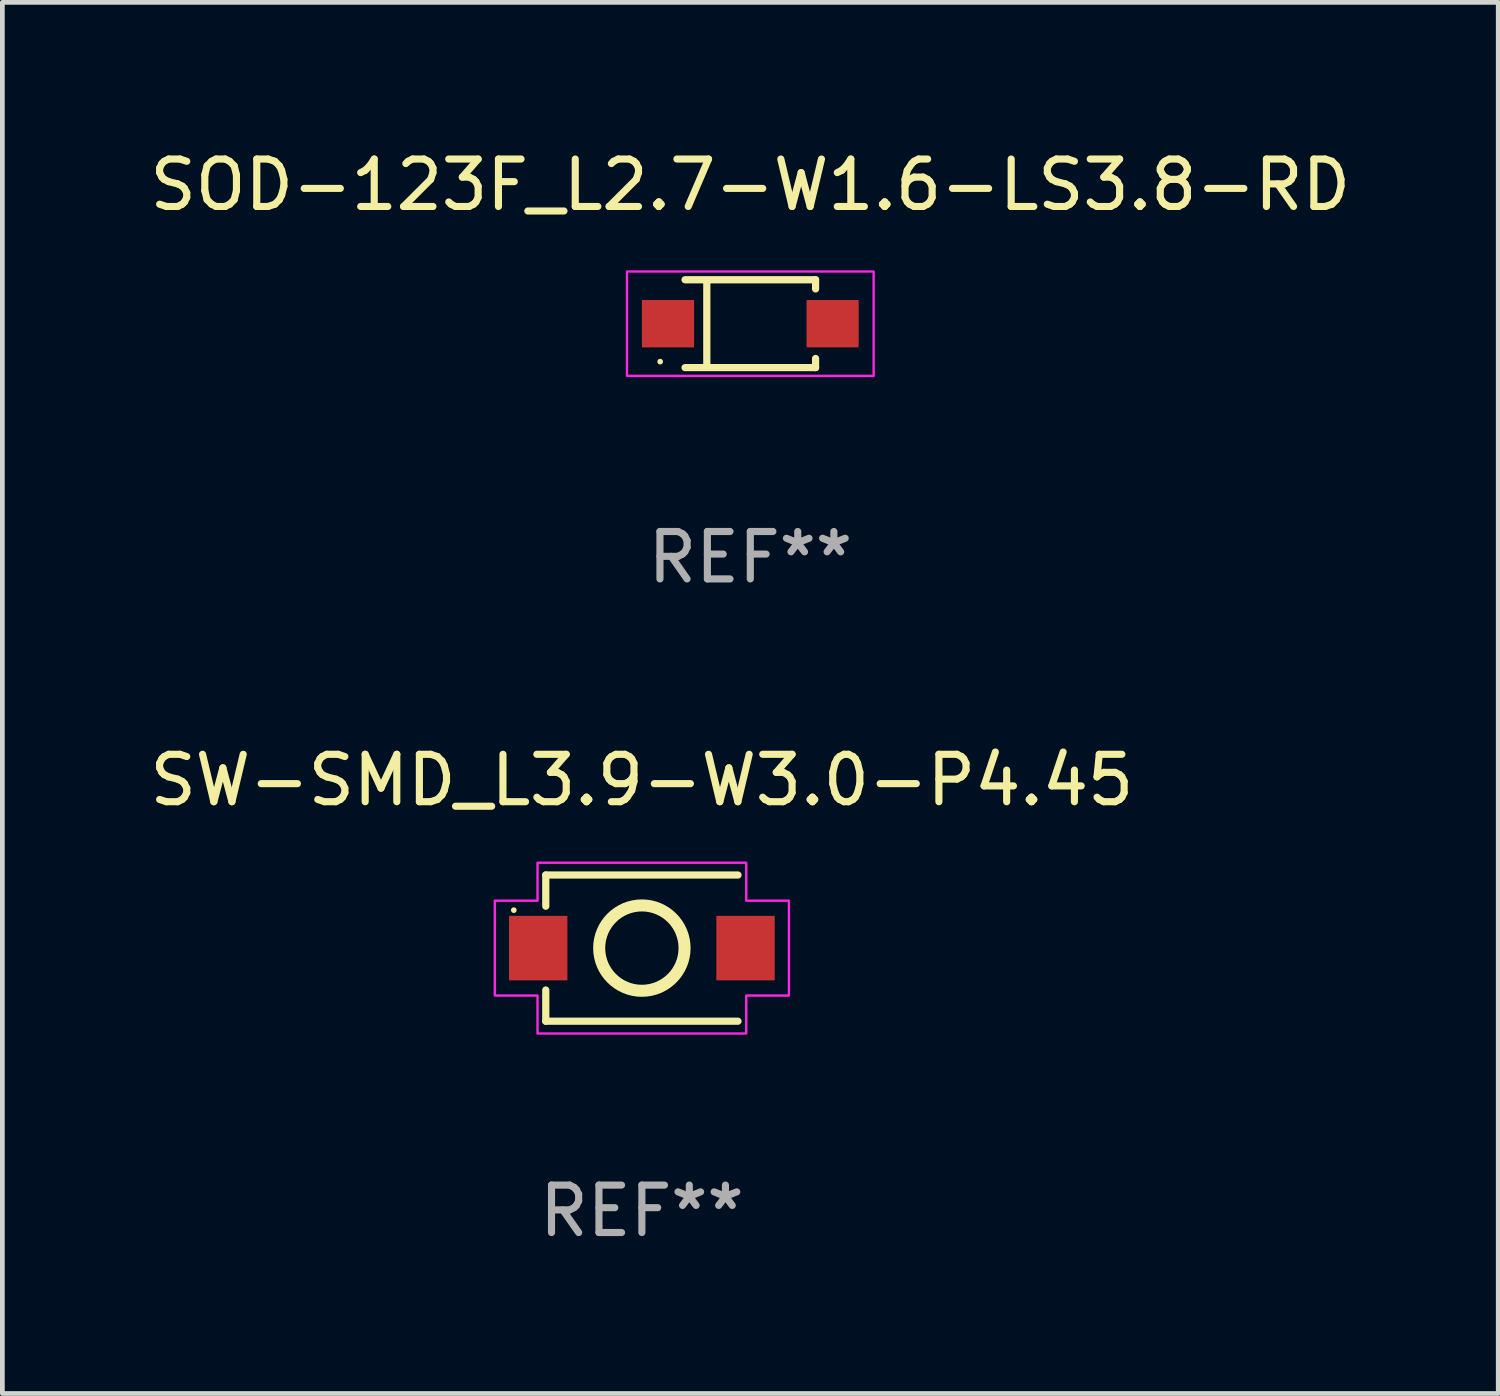
<source format=kicad_pcb>
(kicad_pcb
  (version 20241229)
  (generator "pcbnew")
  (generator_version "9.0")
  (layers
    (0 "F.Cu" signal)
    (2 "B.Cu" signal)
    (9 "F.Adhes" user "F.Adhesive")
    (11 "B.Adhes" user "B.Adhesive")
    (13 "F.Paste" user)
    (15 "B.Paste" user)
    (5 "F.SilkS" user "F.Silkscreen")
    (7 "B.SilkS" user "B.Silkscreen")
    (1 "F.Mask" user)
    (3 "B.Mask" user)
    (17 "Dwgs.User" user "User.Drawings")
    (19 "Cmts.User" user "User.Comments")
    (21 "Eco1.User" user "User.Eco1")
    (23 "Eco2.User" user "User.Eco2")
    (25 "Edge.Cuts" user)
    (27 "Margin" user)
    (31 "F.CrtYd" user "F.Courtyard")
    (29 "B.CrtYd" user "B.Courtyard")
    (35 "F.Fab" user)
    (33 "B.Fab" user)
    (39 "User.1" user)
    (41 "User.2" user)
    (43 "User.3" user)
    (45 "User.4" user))
  (footprint "SOD-123F_L2.7-W1.6-LS3.8-RD"
    (layer "F.Cu")
    (at 12.768 3.774)
    (property "Reference" "SOD-123F_L2.7-W1.6-LS3.8-RD" (at 0 -2.926 0) (layer "F.SilkS") (effects (font (size 1 1) (thickness 0.15))))
    (attr smd)
    (fp_line (start -1.376 -0.926) (end 1.376 -0.926) (stroke (width 0.152) (type solid)) (layer "F.SilkS"))
    (fp_line (start -1.376 0.926) (end 1.376 0.926) (stroke (width 0.152) (type solid)) (layer "F.SilkS"))
    (fp_line (start -0.917 -0.876) (end -0.917 0.876) (stroke (width 0.152) (type solid)) (layer "F.SilkS"))
    (fp_line (start 1.376 -0.926) (end 1.376 -0.733) (stroke (width 0.152) (type solid)) (layer "F.SilkS"))
    (fp_line (start 1.376 0.926) (end 1.376 0.733) (stroke (width 0.152) (type solid)) (layer "F.SilkS"))
    (fp_circle (center -1.9 0.8) (end -1.87 0.8) (stroke (width 0.06) (type solid)) (fill no) (layer "F.SilkS"))
    (fp_rect (start -2.6 -1.1) (end 2.6 1.1) (stroke (width 0.05) (type default)) (fill no) (layer "F.CrtYd"))
    (fp_text user "REF**" (at 0 4.926 0) (layer "F.Fab") (effects (font (size 1 1) (thickness 0.15))))
    (pad "1" smd rect (at -1.735 0) (size 1.1 1) (layers "F.Cu" "F.Mask" "F.Paste"))
    (pad "2" smd rect (at 1.735 0) (size 1.1 1) (layers "F.Cu" "F.Mask" "F.Paste")))
  (footprint "SW-SMD_L3.9-W3.0-P4.45"
    (layer "F.Cu")
    (at 10.482 16.938)
    (property "Reference" "SW-SMD_L3.9-W3.0-P4.45" (at 0 -3.541 0) (layer "F.SilkS") (effects (font (size 1 1) (thickness 0.15))))
    (attr smd)
    (fp_line (start -2.026 -1.541) (end -2.026 -0.883) (stroke (width 0.152) (type solid)) (layer "F.SilkS"))
    (fp_line (start -2.026 1.541) (end -2.026 0.883) (stroke (width 0.152) (type solid)) (layer "F.SilkS"))
    (fp_line (start 2.026 -1.541) (end -2.026 -1.541) (stroke (width 0.152) (type solid)) (layer "F.SilkS"))
    (fp_line (start 2.026 1.541) (end -2.026 1.541) (stroke (width 0.152) (type solid)) (layer "F.SilkS"))
    (fp_circle (center -2.7 -0.8) (end -2.67 -0.8) (stroke (width 0.06) (type solid)) (fill no) (layer "F.SilkS"))
    (fp_circle (center -0.000025 -0.000025) (end 0.9 -0.000025) (stroke (width 0.254) (type solid)) (fill no) (layer "F.SilkS"))
    (fp_poly (pts (xy -3.1 -1) (xy -2.2 -1) (xy -2.2 -1.8) (xy 2.2 -1.8) (xy 2.2 -1) (xy 3.1 -1) (xy 3.1 1) (xy 2.2 1) (xy 2.2 1.8) (xy -2.2 1.8) (xy -2.2 1) (xy -3.1 1)) (stroke (width 0.05) (type solid)) (fill no) (layer "F.CrtYd"))
    (fp_text user "REF**" (at 0 5.541 0) (layer "F.Fab") (effects (font (size 1 1) (thickness 0.15))))
    (pad "1" smd rect (at -2.185 0) (size 1.23 1.36) (layers "F.Cu" "F.Mask" "F.Paste"))
    (pad "2" smd rect (at 2.185 0) (size 1.23 1.36) (layers "F.Cu" "F.Mask" "F.Paste")))
  (gr_rect
    (start -3 -3)
    (end 28.536 26.328)
    (stroke (width 0.1) (type default))
    (fill no)
    (layer "Edge.Cuts")))
</source>
